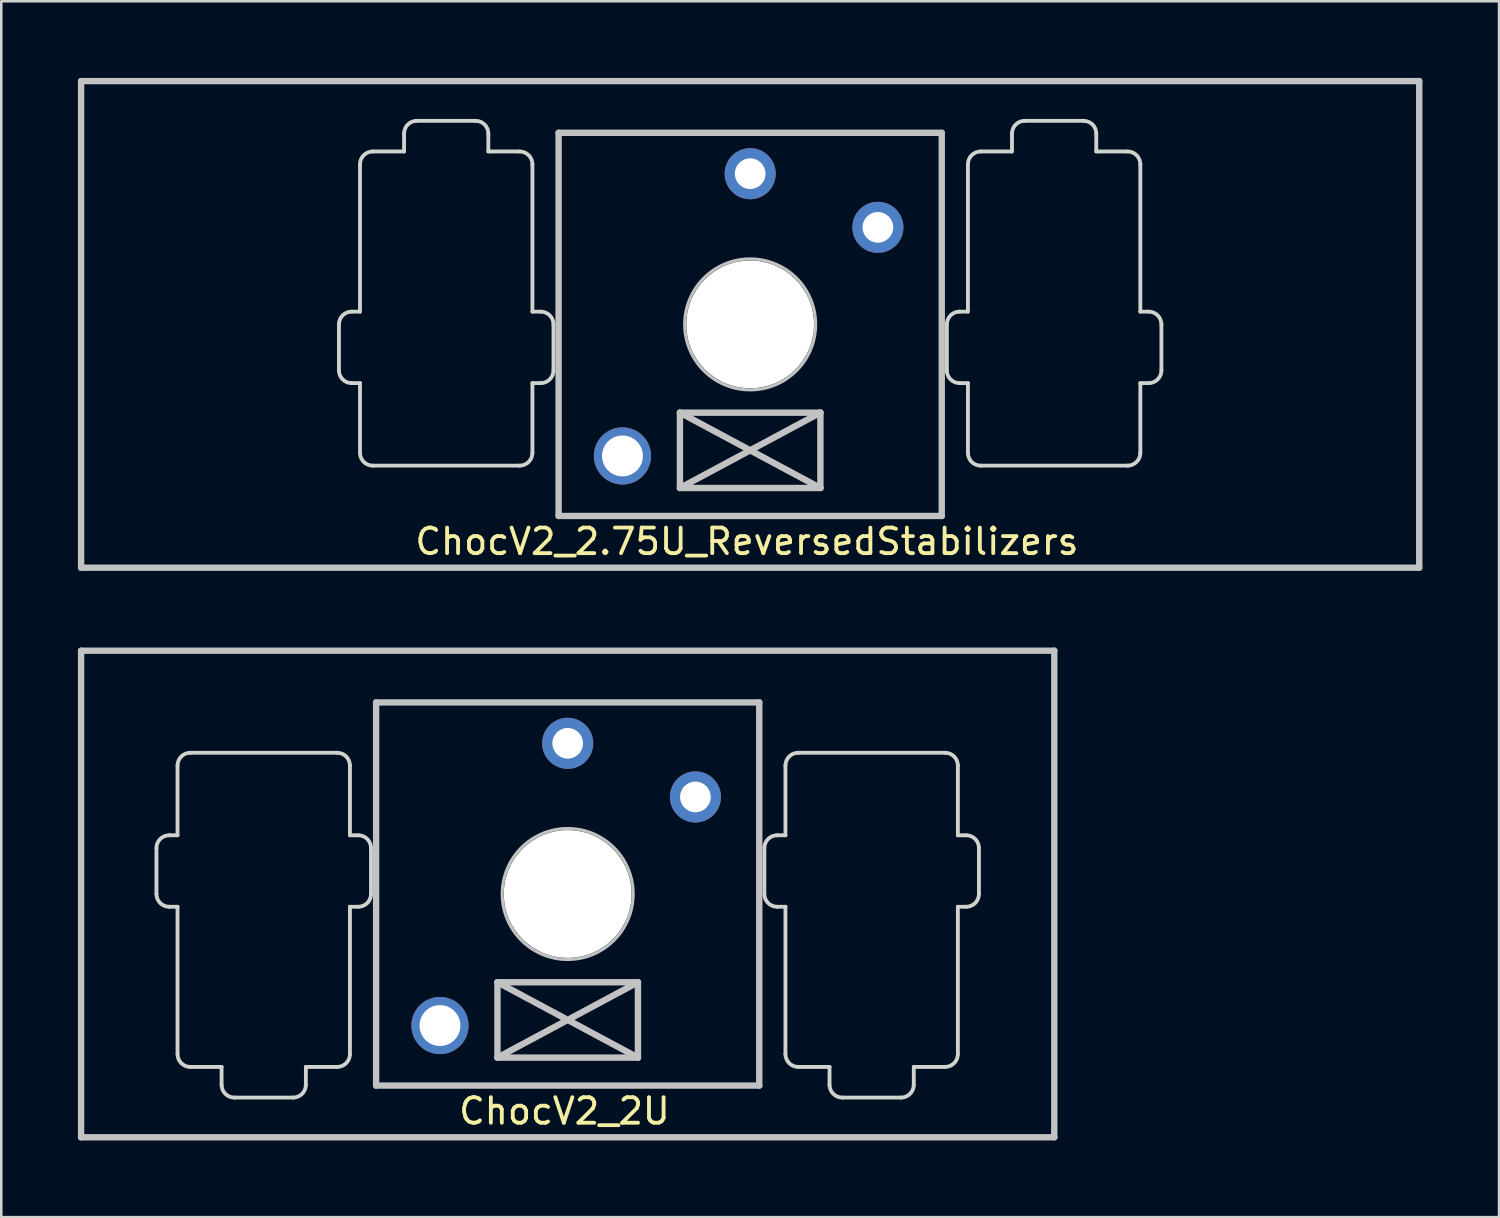
<source format=kicad_pcb>
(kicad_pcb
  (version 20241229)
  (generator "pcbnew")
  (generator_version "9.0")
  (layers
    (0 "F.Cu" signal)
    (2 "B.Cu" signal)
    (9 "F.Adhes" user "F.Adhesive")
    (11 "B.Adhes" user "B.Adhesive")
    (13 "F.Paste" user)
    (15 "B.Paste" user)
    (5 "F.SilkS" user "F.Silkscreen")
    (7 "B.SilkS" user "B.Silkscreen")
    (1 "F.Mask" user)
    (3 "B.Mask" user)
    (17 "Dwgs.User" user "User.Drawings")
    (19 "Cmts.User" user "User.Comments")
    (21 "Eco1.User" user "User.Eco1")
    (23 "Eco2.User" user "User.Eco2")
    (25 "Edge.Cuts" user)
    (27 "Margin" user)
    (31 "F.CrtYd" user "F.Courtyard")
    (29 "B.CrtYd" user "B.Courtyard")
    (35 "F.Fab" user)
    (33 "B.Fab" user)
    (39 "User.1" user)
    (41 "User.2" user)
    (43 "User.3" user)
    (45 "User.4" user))
  (footprint "ChocV2_2U"
    (layer "F.Cu")
    (at 19.175 31.95)
    (property "Reference" "ChocV2_2U" (at -0.127 8.5 0) (layer "F.SilkS") (effects (font (size 1 1) (thickness 0.15))))
    (attr through_hole)
    (fp_line (start -19.05 9.525) (end -19.05 -9.525) (stroke (width 0.25) (type solid)) (layer "Dwgs.User"))
    (fp_line (start -19.05 9.525) (end 19.05 9.525) (stroke (width 0.25) (type solid)) (layer "Dwgs.User"))
    (fp_line (start -7.5 -7.5) (end 7.5 -7.5) (stroke (width 0.25) (type solid)) (layer "Dwgs.User"))
    (fp_line (start -7.5 7.5) (end -7.5 -7.5) (stroke (width 0.25) (type solid)) (layer "Dwgs.User"))
    (fp_line (start -2.75 3.455) (end -2.75 6.405) (stroke (width 0.25) (type solid)) (layer "Dwgs.User"))
    (fp_line (start -2.75 3.455) (end 2.75 6.405) (stroke (width 0.25) (type solid)) (layer "Dwgs.User"))
    (fp_line (start -2.75 6.405) (end 2.75 3.455) (stroke (width 0.25) (type solid)) (layer "Dwgs.User"))
    (fp_line (start -2.75 6.405) (end 2.75 6.405) (stroke (width 0.25) (type solid)) (layer "Dwgs.User"))
    (fp_line (start 2.75 3.455) (end -2.75 3.455) (stroke (width 0.25) (type solid)) (layer "Dwgs.User"))
    (fp_line (start 2.75 6.405) (end 2.75 3.455) (stroke (width 0.25) (type solid)) (layer "Dwgs.User"))
    (fp_line (start 7.5 -7.5) (end 7.5 7.5) (stroke (width 0.25) (type solid)) (layer "Dwgs.User"))
    (fp_line (start 7.5 7.5) (end -7.5 7.5) (stroke (width 0.25) (type solid)) (layer "Dwgs.User"))
    (fp_line (start 19.05 -9.525) (end -19.05 -9.525) (stroke (width 0.25) (type solid)) (layer "Dwgs.User"))
    (fp_line (start 19.05 -9.525) (end 19.05 9.525) (stroke (width 0.25) (type solid)) (layer "Dwgs.User"))
    (fp_circle (center 0 0) (end -0.711 -2.464) (stroke (width 0.12) (type solid)) (fill no) (layer "Dwgs.User"))
    (fp_line (start -16.1 -1.799) (end -16.1 -0.00025) (stroke (width 0.15) (type solid)) (layer "Edge.Cuts"))
    (fp_line (start -15.6 0.5) (end -15.275 0.5) (stroke (width 0.15) (type solid)) (layer "Edge.Cuts"))
    (fp_line (start -15.275 -5.029) (end -15.275 -2.299) (stroke (width 0.15) (type solid)) (layer "Edge.Cuts"))
    (fp_line (start -15.275 -2.299) (end -15.6 -2.299) (stroke (width 0.15) (type solid)) (layer "Edge.Cuts"))
    (fp_line (start -15.275 0.5) (end -15.275 6.27) (stroke (width 0.15) (type solid)) (layer "Edge.Cuts"))
    (fp_line (start -14.775 6.77) (end -13.55 6.77) (stroke (width 0.15) (type solid)) (layer "Edge.Cuts"))
    (fp_line (start -14.775 -5.529) (end -9.025 -5.529) (stroke (width 0.15) (type solid)) (layer "Edge.Cuts"))
    (fp_line (start -13.55 6.77) (end -13.55 7.47) (stroke (width 0.15) (type solid)) (layer "Edge.Cuts"))
    (fp_line (start -10.75 7.97) (end -13.05 7.97) (stroke (width 0.15) (type solid)) (layer "Edge.Cuts"))
    (fp_line (start -10.25 6.77) (end -9.025 6.77) (stroke (width 0.15) (type solid)) (layer "Edge.Cuts"))
    (fp_line (start -10.25 7.47) (end -10.25 6.77) (stroke (width 0.15) (type solid)) (layer "Edge.Cuts"))
    (fp_line (start -8.525 0.5) (end -8.525 6.27) (stroke (width 0.15) (type solid)) (layer "Edge.Cuts"))
    (fp_line (start -8.525 -2.299) (end -8.2 -2.299) (stroke (width 0.15) (type solid)) (layer "Edge.Cuts"))
    (fp_line (start -8.525 -5.029) (end -8.525 -2.299) (stroke (width 0.15) (type solid)) (layer "Edge.Cuts"))
    (fp_line (start -8.2 0.5) (end -8.525 0.5) (stroke (width 0.15) (type solid)) (layer "Edge.Cuts"))
    (fp_line (start -7.7 -1.799) (end -7.7 -0.000156) (stroke (width 0.15) (type solid)) (layer "Edge.Cuts"))
    (fp_line (start 7.7 -1.799) (end 7.7 -0.000156) (stroke (width 0.15) (type solid)) (layer "Edge.Cuts"))
    (fp_line (start 8.2 0.5) (end 8.525 0.5) (stroke (width 0.15) (type solid)) (layer "Edge.Cuts"))
    (fp_line (start 8.525 -2.299) (end 8.2 -2.299) (stroke (width 0.15) (type solid)) (layer "Edge.Cuts"))
    (fp_line (start 8.525 0.5) (end 8.525 6.27) (stroke (width 0.15) (type solid)) (layer "Edge.Cuts"))
    (fp_line (start 8.525 -5.029) (end 8.525 -2.299) (stroke (width 0.15) (type solid)) (layer "Edge.Cuts"))
    (fp_line (start 9.025 6.77) (end 10.251 6.77) (stroke (width 0.15) (type solid)) (layer "Edge.Cuts"))
    (fp_line (start 10.251 6.77) (end 10.251 7.47) (stroke (width 0.15) (type solid)) (layer "Edge.Cuts"))
    (fp_line (start 10.751 7.97) (end 13.05 7.97) (stroke (width 0.15) (type solid)) (layer "Edge.Cuts"))
    (fp_line (start 13.55 6.77) (end 14.775 6.77) (stroke (width 0.15) (type solid)) (layer "Edge.Cuts"))
    (fp_line (start 13.55 7.47) (end 13.55 6.77) (stroke (width 0.15) (type solid)) (layer "Edge.Cuts"))
    (fp_line (start 14.775 -5.529) (end 9.025 -5.529) (stroke (width 0.15) (type solid)) (layer "Edge.Cuts"))
    (fp_line (start 15.275 -2.299) (end 15.275 -5.029) (stroke (width 0.15) (type solid)) (layer "Edge.Cuts"))
    (fp_line (start 15.275 0.5) (end 15.6 0.5) (stroke (width 0.15) (type solid)) (layer "Edge.Cuts"))
    (fp_line (start 15.275 6.27) (end 15.275 0.5) (stroke (width 0.15) (type solid)) (layer "Edge.Cuts"))
    (fp_line (start 15.6 -2.299) (end 15.275 -2.299) (stroke (width 0.15) (type solid)) (layer "Edge.Cuts"))
    (fp_line (start 16.1 -0.00025) (end 16.1 -1.799) (stroke (width 0.15) (type solid)) (layer "Edge.Cuts"))
    (fp_arc (start -16.100249 -1.799149) (mid -15.953803 -2.152703) (end -15.60025 -2.29915) (stroke (width 0.15) (type solid)) (layer "Edge.Cuts"))
    (fp_arc (start -15.600249 0.499751) (mid -15.953803 0.353304) (end -16.10025 -0.00025) (stroke (width 0.15) (type solid)) (layer "Edge.Cuts"))
    (fp_arc (start -15.274751 -5.029249) (mid -15.128304 -5.382803) (end -14.77475 -5.52925) (stroke (width 0.15) (type solid)) (layer "Edge.Cuts"))
    (fp_arc (start -14.77475 6.769649) (mid -15.128303 6.623202) (end -15.27475 6.269649) (stroke (width 0.15) (type solid)) (layer "Edge.Cuts"))
    (fp_arc (start -13.04965 7.969849) (mid -13.403203 7.823402) (end -13.54965 7.469849) (stroke (width 0.15) (type solid)) (layer "Edge.Cuts"))
    (fp_arc (start -10.25045 7.469849) (mid -10.396897 7.823402) (end -10.75045 7.969849) (stroke (width 0.15) (type solid)) (layer "Edge.Cuts"))
    (fp_arc (start -9.025049 -5.529186) (mid -8.671499 -5.382731) (end -8.525061 -5.029174) (stroke (width 0.15) (type solid)) (layer "Edge.Cuts"))
    (fp_arc (start -8.525312 6.269724) (mid -8.671766 6.623274) (end -9.025323 6.769713) (stroke (width 0.15) (type solid)) (layer "Edge.Cuts"))
    (fp_arc (start -8.199621 -2.299067) (mid -7.846071 -2.152613) (end -7.699632 -1.799056) (stroke (width 0.15) (type solid)) (layer "Edge.Cuts"))
    (fp_arc (start -7.699673 -0.000156) (mid -7.846127 0.353393) (end -8.199683 0.499832) (stroke (width 0.15) (type solid)) (layer "Edge.Cuts"))
    (fp_arc (start 7.699632 -1.799056) (mid 7.846071 -2.152613) (end 8.199621 -2.299067) (stroke (width 0.15) (type solid)) (layer "Edge.Cuts"))
    (fp_arc (start 8.199683 0.499833) (mid 7.846126 0.353394) (end 7.699672 -0.000156) (stroke (width 0.15) (type solid)) (layer "Edge.Cuts"))
    (fp_arc (start 8.525449 -5.029251) (mid 8.671896 -5.382804) (end 9.02545 -5.52925) (stroke (width 0.15) (type solid)) (layer "Edge.Cuts"))
    (fp_arc (start 9.025451 6.769649) (mid 8.671905 6.623211) (end 8.52545 6.269673) (stroke (width 0.15) (type solid)) (layer "Edge.Cuts"))
    (fp_arc (start 10.75055 7.969849) (mid 10.396997 7.823402) (end 10.25055 7.469849) (stroke (width 0.15) (type solid)) (layer "Edge.Cuts"))
    (fp_arc (start 13.549649 7.469849) (mid 13.403202 7.823402) (end 13.049649 7.969849) (stroke (width 0.15) (type solid)) (layer "Edge.Cuts"))
    (fp_arc (start 14.774749 -5.529249) (mid 15.128302 -5.382802) (end 15.274749 -5.029249) (stroke (width 0.15) (type solid)) (layer "Edge.Cuts"))
    (fp_arc (start 15.274749 6.269649) (mid 15.128302 6.623202) (end 14.774749 6.769649) (stroke (width 0.15) (type solid)) (layer "Edge.Cuts"))
    (fp_arc (start 15.600249 -2.29915) (mid 15.953802 -2.152703) (end 16.100249 -1.79915) (stroke (width 0.15) (type solid)) (layer "Edge.Cuts"))
    (fp_arc (start 16.100248 -0.00025) (mid 15.953802 0.353303) (end 15.600249 0.499749) (stroke (width 0.15) (type solid)) (layer "Edge.Cuts"))
    (pad "" np_thru_hole circle (at 0 0 90) (size 5 5) (drill 5) (layers "*.Cu" "*.Mask"))
    (pad "1" thru_hole circle (at 5 -3.8 90) (size 2 2) (drill 1.2) (layers "*.Cu" "*.Mask"))
    (pad "2" thru_hole circle (at 0 -5.9 90) (size 2 2) (drill 1.2) (layers "*.Cu" "*.Mask"))
    (pad "NC" thru_hole circle (at -5 5.15 90) (size 2.24 2.24) (drill 1.6) (layers "*.Cu" "*.Mask")))
  (footprint "ChocV2_2.75U_ReversedStabilizers"
    (layer "F.Cu")
    (at 26.319 9.65)
    (property "Reference" "ChocV2_2.75U_ReversedStabilizers" (at -0.127 8.5 0) (layer "F.SilkS") (effects (font (size 1 1) (thickness 0.15))))
    (attr through_hole)
    (fp_line (start -26.194 9.525) (end -26.194 -9.525) (stroke (width 0.25) (type solid)) (layer "Dwgs.User"))
    (fp_line (start -7.5 -7.5) (end 7.5 -7.5) (stroke (width 0.25) (type solid)) (layer "Dwgs.User"))
    (fp_line (start -7.5 7.5) (end -7.5 -7.5) (stroke (width 0.25) (type solid)) (layer "Dwgs.User"))
    (fp_line (start -2.75 3.455) (end -2.75 6.405) (stroke (width 0.25) (type solid)) (layer "Dwgs.User"))
    (fp_line (start -2.75 3.455) (end 2.75 6.405) (stroke (width 0.25) (type solid)) (layer "Dwgs.User"))
    (fp_line (start -2.75 6.405) (end 2.75 3.455) (stroke (width 0.25) (type solid)) (layer "Dwgs.User"))
    (fp_line (start -2.75 6.405) (end 2.75 6.405) (stroke (width 0.25) (type solid)) (layer "Dwgs.User"))
    (fp_line (start 2.75 3.455) (end -2.75 3.455) (stroke (width 0.25) (type solid)) (layer "Dwgs.User"))
    (fp_line (start 2.75 6.405) (end 2.75 3.455) (stroke (width 0.25) (type solid)) (layer "Dwgs.User"))
    (fp_line (start 7.5 -7.5) (end 7.5 7.5) (stroke (width 0.25) (type solid)) (layer "Dwgs.User"))
    (fp_line (start 7.5 7.5) (end -7.5 7.5) (stroke (width 0.25) (type solid)) (layer "Dwgs.User"))
    (fp_line (start 26.194 -9.525) (end -26.194 -9.525) (stroke (width 0.25) (type solid)) (layer "Dwgs.User"))
    (fp_line (start 26.194 -9.525) (end 26.194 9.525) (stroke (width 0.25) (type solid)) (layer "Dwgs.User"))
    (fp_line (start 26.194 9.525) (end -26.194 9.525) (stroke (width 0.25) (type solid)) (layer "Dwgs.User"))
    (fp_circle (center 0 0) (end -0.711 -2.464) (stroke (width 0.12) (type solid)) (fill no) (layer "Dwgs.User"))
    (fp_line (start -16.1 0.00025) (end -16.1 1.799) (stroke (width 0.15) (type solid)) (layer "Edge.Cuts"))
    (fp_line (start -15.6 2.299) (end -15.275 2.299) (stroke (width 0.15) (type solid)) (layer "Edge.Cuts"))
    (fp_line (start -15.275 -6.27) (end -15.275 -0.5) (stroke (width 0.15) (type solid)) (layer "Edge.Cuts"))
    (fp_line (start -15.275 -0.5) (end -15.6 -0.5) (stroke (width 0.15) (type solid)) (layer "Edge.Cuts"))
    (fp_line (start -15.275 2.299) (end -15.275 5.029) (stroke (width 0.15) (type solid)) (layer "Edge.Cuts"))
    (fp_line (start -14.775 5.529) (end -9.025 5.529) (stroke (width 0.15) (type solid)) (layer "Edge.Cuts"))
    (fp_line (start -13.55 -7.47) (end -13.55 -6.77) (stroke (width 0.15) (type solid)) (layer "Edge.Cuts"))
    (fp_line (start -13.55 -6.77) (end -14.775 -6.77) (stroke (width 0.15) (type solid)) (layer "Edge.Cuts"))
    (fp_line (start -10.751 -7.97) (end -13.05 -7.97) (stroke (width 0.15) (type solid)) (layer "Edge.Cuts"))
    (fp_line (start -10.251 -6.77) (end -10.251 -7.47) (stroke (width 0.15) (type solid)) (layer "Edge.Cuts"))
    (fp_line (start -9.025 -6.77) (end -10.251 -6.77) (stroke (width 0.15) (type solid)) (layer "Edge.Cuts"))
    (fp_line (start -8.525 5.029) (end -8.525 2.299) (stroke (width 0.15) (type solid)) (layer "Edge.Cuts"))
    (fp_line (start -8.525 -0.5) (end -8.525 -6.27) (stroke (width 0.15) (type solid)) (layer "Edge.Cuts"))
    (fp_line (start -8.525 2.299) (end -8.2 2.299) (stroke (width 0.15) (type solid)) (layer "Edge.Cuts"))
    (fp_line (start -8.2 -0.5) (end -8.525 -0.5) (stroke (width 0.15) (type solid)) (layer "Edge.Cuts"))
    (fp_line (start -7.7 1.799) (end -7.7 0.000156) (stroke (width 0.15) (type solid)) (layer "Edge.Cuts"))
    (fp_line (start 7.7 1.799) (end 7.7 0.000156) (stroke (width 0.15) (type solid)) (layer "Edge.Cuts"))
    (fp_line (start 8.2 -0.5) (end 8.525 -0.5) (stroke (width 0.15) (type solid)) (layer "Edge.Cuts"))
    (fp_line (start 8.525 5.029) (end 8.525 2.299) (stroke (width 0.15) (type solid)) (layer "Edge.Cuts"))
    (fp_line (start 8.525 2.299) (end 8.2 2.299) (stroke (width 0.15) (type solid)) (layer "Edge.Cuts"))
    (fp_line (start 8.525 -0.5) (end 8.525 -6.27) (stroke (width 0.15) (type solid)) (layer "Edge.Cuts"))
    (fp_line (start 10.25 -7.47) (end 10.25 -6.77) (stroke (width 0.15) (type solid)) (layer "Edge.Cuts"))
    (fp_line (start 10.25 -6.77) (end 9.025 -6.77) (stroke (width 0.15) (type solid)) (layer "Edge.Cuts"))
    (fp_line (start 10.75 -7.97) (end 13.05 -7.97) (stroke (width 0.15) (type solid)) (layer "Edge.Cuts"))
    (fp_line (start 13.55 -6.77) (end 13.55 -7.47) (stroke (width 0.15) (type solid)) (layer "Edge.Cuts"))
    (fp_line (start 14.775 5.529) (end 9.025 5.529) (stroke (width 0.15) (type solid)) (layer "Edge.Cuts"))
    (fp_line (start 14.775 -6.77) (end 13.55 -6.77) (stroke (width 0.15) (type solid)) (layer "Edge.Cuts"))
    (fp_line (start 15.275 -0.5) (end 15.275 -6.27) (stroke (width 0.15) (type solid)) (layer "Edge.Cuts"))
    (fp_line (start 15.275 2.299) (end 15.6 2.299) (stroke (width 0.15) (type solid)) (layer "Edge.Cuts"))
    (fp_line (start 15.275 5.029) (end 15.275 2.299) (stroke (width 0.15) (type solid)) (layer "Edge.Cuts"))
    (fp_line (start 15.6 -0.5) (end 15.275 -0.5) (stroke (width 0.15) (type solid)) (layer "Edge.Cuts"))
    (fp_line (start 16.1 1.799) (end 16.1 0.00025) (stroke (width 0.15) (type solid)) (layer "Edge.Cuts"))
    (fp_arc (start -16.100248 0.00025) (mid -15.953802 -0.353303) (end -15.600249 -0.499749) (stroke (width 0.15) (type solid)) (layer "Edge.Cuts"))
    (fp_arc (start -15.600249 2.29915) (mid -15.953802 2.152703) (end -16.100249 1.79915) (stroke (width 0.15) (type solid)) (layer "Edge.Cuts"))
    (fp_arc (start -15.274749 -6.269649) (mid -15.128302 -6.623202) (end -14.774749 -6.769649) (stroke (width 0.15) (type solid)) (layer "Edge.Cuts"))
    (fp_arc (start -14.774749 5.529249) (mid -15.128302 5.382802) (end -15.274749 5.029249) (stroke (width 0.15) (type solid)) (layer "Edge.Cuts"))
    (fp_arc (start -13.549649 -7.469849) (mid -13.403202 -7.823402) (end -13.049649 -7.969849) (stroke (width 0.15) (type solid)) (layer "Edge.Cuts"))
    (fp_arc (start -10.75055 -7.969849) (mid -10.396997 -7.823402) (end -10.25055 -7.469849) (stroke (width 0.15) (type solid)) (layer "Edge.Cuts"))
    (fp_arc (start -9.025451 -6.769649) (mid -8.671905 -6.623211) (end -8.52545 -6.269673) (stroke (width 0.15) (type solid)) (layer "Edge.Cuts"))
    (fp_arc (start -8.525449 5.029251) (mid -8.671896 5.382804) (end -9.02545 5.52925) (stroke (width 0.15) (type solid)) (layer "Edge.Cuts"))
    (fp_arc (start -8.199683 -0.499833) (mid -7.846126 -0.353394) (end -7.699672 0.000156) (stroke (width 0.15) (type solid)) (layer "Edge.Cuts"))
    (fp_arc (start -7.699632 1.799056) (mid -7.846071 2.152613) (end -8.199621 2.299067) (stroke (width 0.15) (type solid)) (layer "Edge.Cuts"))
    (fp_arc (start 7.699673 0.000156) (mid 7.846127 -0.353393) (end 8.199683 -0.499832) (stroke (width 0.15) (type solid)) (layer "Edge.Cuts"))
    (fp_arc (start 8.199621 2.299067) (mid 7.846071 2.152613) (end 7.699632 1.799056) (stroke (width 0.15) (type solid)) (layer "Edge.Cuts"))
    (fp_arc (start 8.525312 -6.269724) (mid 8.671766 -6.623274) (end 9.025323 -6.769713) (stroke (width 0.15) (type solid)) (layer "Edge.Cuts"))
    (fp_arc (start 9.025049 5.529186) (mid 8.671499 5.382731) (end 8.525061 5.029174) (stroke (width 0.15) (type solid)) (layer "Edge.Cuts"))
    (fp_arc (start 10.25045 -7.469849) (mid 10.396897 -7.823402) (end 10.75045 -7.969849) (stroke (width 0.15) (type solid)) (layer "Edge.Cuts"))
    (fp_arc (start 13.04965 -7.969849) (mid 13.403203 -7.823402) (end 13.54965 -7.469849) (stroke (width 0.15) (type solid)) (layer "Edge.Cuts"))
    (fp_arc (start 14.77475 -6.769649) (mid 15.128303 -6.623202) (end 15.27475 -6.269649) (stroke (width 0.15) (type solid)) (layer "Edge.Cuts"))
    (fp_arc (start 15.274751 5.029249) (mid 15.128304 5.382803) (end 14.77475 5.52925) (stroke (width 0.15) (type solid)) (layer "Edge.Cuts"))
    (fp_arc (start 15.600249 -0.499751) (mid 15.953803 -0.353304) (end 16.10025 0.00025) (stroke (width 0.15) (type solid)) (layer "Edge.Cuts"))
    (fp_arc (start 16.100249 1.799149) (mid 15.953803 2.152703) (end 15.60025 2.29915) (stroke (width 0.15) (type solid)) (layer "Edge.Cuts"))
    (pad "" np_thru_hole circle (at 0 0 90) (size 5 5) (drill 5) (layers "*.Cu" "*.Mask"))
    (pad "1" thru_hole circle (at 5 -3.8 90) (size 2 2) (drill 1.2) (layers "*.Cu" "*.Mask"))
    (pad "2" thru_hole circle (at 0 -5.9 90) (size 2 2) (drill 1.2) (layers "*.Cu" "*.Mask"))
    (pad "NC" thru_hole circle (at -5 5.15 90) (size 2.24 2.24) (drill 1.6) (layers "*.Cu" "*.Mask")))
  (gr_rect
    (start -3 -3)
    (end 55.638 44.6)
    (stroke (width 0.1) (type default))
    (fill no)
    (layer "Edge.Cuts")))
</source>
